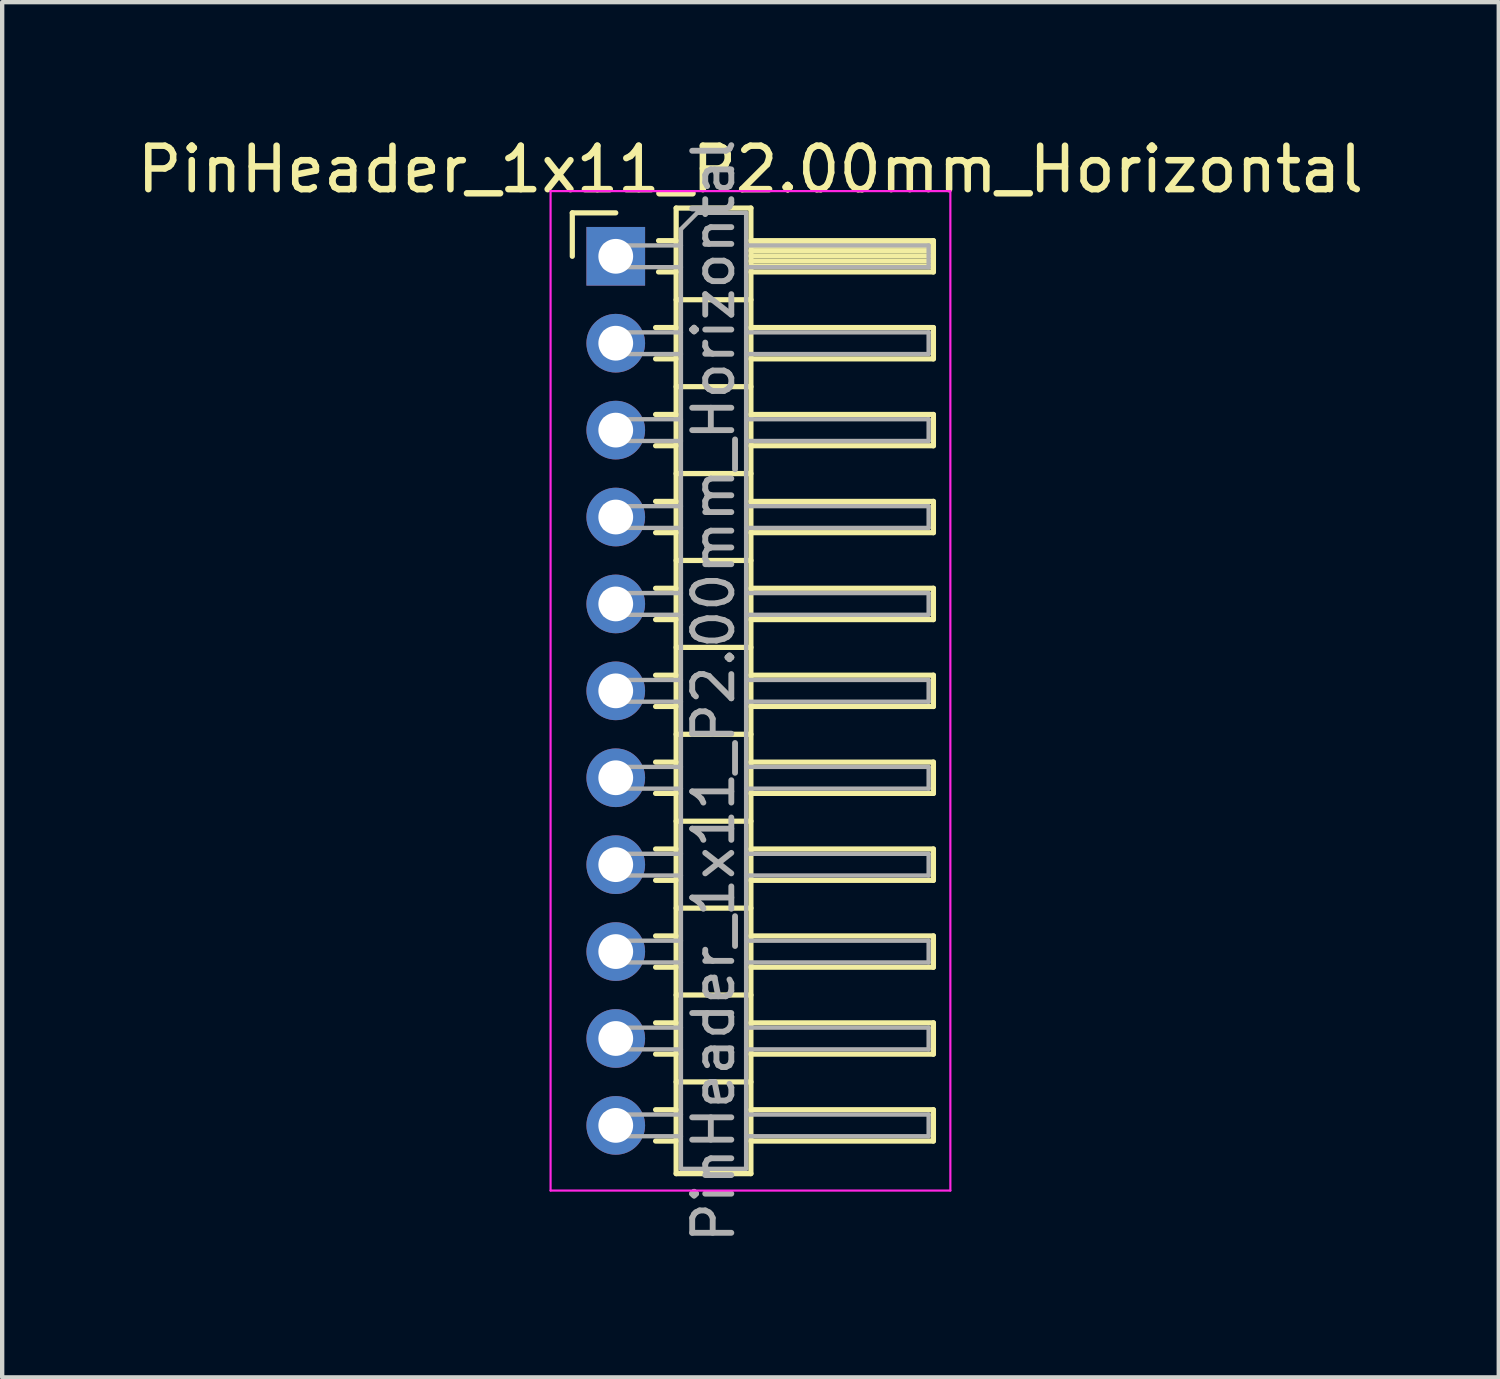
<source format=kicad_pcb>
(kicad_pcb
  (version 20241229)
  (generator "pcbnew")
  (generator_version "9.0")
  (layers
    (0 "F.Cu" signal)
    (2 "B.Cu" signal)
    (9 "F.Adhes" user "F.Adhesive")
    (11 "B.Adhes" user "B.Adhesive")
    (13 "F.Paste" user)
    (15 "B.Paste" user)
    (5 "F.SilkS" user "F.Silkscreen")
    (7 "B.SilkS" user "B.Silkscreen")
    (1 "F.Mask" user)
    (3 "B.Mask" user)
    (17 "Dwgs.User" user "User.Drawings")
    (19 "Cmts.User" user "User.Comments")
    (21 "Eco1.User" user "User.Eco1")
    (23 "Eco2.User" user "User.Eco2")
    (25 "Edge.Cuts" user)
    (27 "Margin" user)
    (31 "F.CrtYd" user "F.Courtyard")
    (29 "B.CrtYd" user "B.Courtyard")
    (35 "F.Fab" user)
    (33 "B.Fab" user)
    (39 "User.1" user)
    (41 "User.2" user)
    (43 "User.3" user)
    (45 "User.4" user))
  (footprint "PinHeader_1x11_P2.00mm_Horizontal"
    (layer "F.Cu")
    (at 11.12 2.848)
    (property "Reference" "PinHeader_1x11_P2.00mm_Horizontal" (at 3.1 -2 0) (layer "F.SilkS") (effects (font (size 1 1) (thickness 0.15))))
    (attr through_hole)
    (fp_line (start -1 -1) (end 0 -1) (stroke (width 0.12) (type solid)) (layer "F.SilkS"))
    (fp_line (start -1 0) (end -1 -1) (stroke (width 0.12) (type solid)) (layer "F.SilkS"))
    (fp_line (start 0.917 1.64) (end 1.39 1.64) (stroke (width 0.12) (type solid)) (layer "F.SilkS"))
    (fp_line (start 0.917 2.36) (end 1.39 2.36) (stroke (width 0.12) (type solid)) (layer "F.SilkS"))
    (fp_line (start 0.917 3.64) (end 1.39 3.64) (stroke (width 0.12) (type solid)) (layer "F.SilkS"))
    (fp_line (start 0.917 4.36) (end 1.39 4.36) (stroke (width 0.12) (type solid)) (layer "F.SilkS"))
    (fp_line (start 0.917 5.64) (end 1.39 5.64) (stroke (width 0.12) (type solid)) (layer "F.SilkS"))
    (fp_line (start 0.917 6.36) (end 1.39 6.36) (stroke (width 0.12) (type solid)) (layer "F.SilkS"))
    (fp_line (start 0.917 7.64) (end 1.39 7.64) (stroke (width 0.12) (type solid)) (layer "F.SilkS"))
    (fp_line (start 0.917 8.36) (end 1.39 8.36) (stroke (width 0.12) (type solid)) (layer "F.SilkS"))
    (fp_line (start 0.917 9.64) (end 1.39 9.64) (stroke (width 0.12) (type solid)) (layer "F.SilkS"))
    (fp_line (start 0.917 10.36) (end 1.39 10.36) (stroke (width 0.12) (type solid)) (layer "F.SilkS"))
    (fp_line (start 0.917 11.64) (end 1.39 11.64) (stroke (width 0.12) (type solid)) (layer "F.SilkS"))
    (fp_line (start 0.917 12.36) (end 1.39 12.36) (stroke (width 0.12) (type solid)) (layer "F.SilkS"))
    (fp_line (start 0.917 13.64) (end 1.39 13.64) (stroke (width 0.12) (type solid)) (layer "F.SilkS"))
    (fp_line (start 0.917 14.36) (end 1.39 14.36) (stroke (width 0.12) (type solid)) (layer "F.SilkS"))
    (fp_line (start 0.917 15.64) (end 1.39 15.64) (stroke (width 0.12) (type solid)) (layer "F.SilkS"))
    (fp_line (start 0.917 16.36) (end 1.39 16.36) (stroke (width 0.12) (type solid)) (layer "F.SilkS"))
    (fp_line (start 0.917 17.64) (end 1.39 17.64) (stroke (width 0.12) (type solid)) (layer "F.SilkS"))
    (fp_line (start 0.917 18.36) (end 1.39 18.36) (stroke (width 0.12) (type solid)) (layer "F.SilkS"))
    (fp_line (start 0.917 19.64) (end 1.39 19.64) (stroke (width 0.12) (type solid)) (layer "F.SilkS"))
    (fp_line (start 0.917 20.36) (end 1.39 20.36) (stroke (width 0.12) (type solid)) (layer "F.SilkS"))
    (fp_line (start 0.985 -0.36) (end 1.39 -0.36) (stroke (width 0.12) (type solid)) (layer "F.SilkS"))
    (fp_line (start 0.985 0.36) (end 1.39 0.36) (stroke (width 0.12) (type solid)) (layer "F.SilkS"))
    (fp_line (start 1.39 -1.11) (end 1.39 21.11) (stroke (width 0.12) (type solid)) (layer "F.SilkS"))
    (fp_line (start 1.39 1) (end 3.11 1) (stroke (width 0.12) (type solid)) (layer "F.SilkS"))
    (fp_line (start 1.39 3) (end 3.11 3) (stroke (width 0.12) (type solid)) (layer "F.SilkS"))
    (fp_line (start 1.39 5) (end 3.11 5) (stroke (width 0.12) (type solid)) (layer "F.SilkS"))
    (fp_line (start 1.39 7) (end 3.11 7) (stroke (width 0.12) (type solid)) (layer "F.SilkS"))
    (fp_line (start 1.39 9) (end 3.11 9) (stroke (width 0.12) (type solid)) (layer "F.SilkS"))
    (fp_line (start 1.39 11) (end 3.11 11) (stroke (width 0.12) (type solid)) (layer "F.SilkS"))
    (fp_line (start 1.39 13) (end 3.11 13) (stroke (width 0.12) (type solid)) (layer "F.SilkS"))
    (fp_line (start 1.39 15) (end 3.11 15) (stroke (width 0.12) (type solid)) (layer "F.SilkS"))
    (fp_line (start 1.39 17) (end 3.11 17) (stroke (width 0.12) (type solid)) (layer "F.SilkS"))
    (fp_line (start 1.39 19) (end 3.11 19) (stroke (width 0.12) (type solid)) (layer "F.SilkS"))
    (fp_line (start 1.39 21.11) (end 3.11 21.11) (stroke (width 0.12) (type solid)) (layer "F.SilkS"))
    (fp_line (start 3.11 -1.11) (end 1.39 -1.11) (stroke (width 0.12) (type solid)) (layer "F.SilkS"))
    (fp_line (start 3.11 -0.36) (end 7.31 -0.36) (stroke (width 0.12) (type solid)) (layer "F.SilkS"))
    (fp_line (start 3.11 -0.25) (end 7.31 -0.25) (stroke (width 0.12) (type solid)) (layer "F.SilkS"))
    (fp_line (start 3.11 -0.13) (end 7.31 -0.13) (stroke (width 0.12) (type solid)) (layer "F.SilkS"))
    (fp_line (start 3.11 -0.01) (end 7.31 -0.01) (stroke (width 0.12) (type solid)) (layer "F.SilkS"))
    (fp_line (start 3.11 0.11) (end 7.31 0.11) (stroke (width 0.12) (type solid)) (layer "F.SilkS"))
    (fp_line (start 3.11 0.23) (end 7.31 0.23) (stroke (width 0.12) (type solid)) (layer "F.SilkS"))
    (fp_line (start 3.11 1.64) (end 7.31 1.64) (stroke (width 0.12) (type solid)) (layer "F.SilkS"))
    (fp_line (start 3.11 3.64) (end 7.31 3.64) (stroke (width 0.12) (type solid)) (layer "F.SilkS"))
    (fp_line (start 3.11 5.64) (end 7.31 5.64) (stroke (width 0.12) (type solid)) (layer "F.SilkS"))
    (fp_line (start 3.11 7.64) (end 7.31 7.64) (stroke (width 0.12) (type solid)) (layer "F.SilkS"))
    (fp_line (start 3.11 9.64) (end 7.31 9.64) (stroke (width 0.12) (type solid)) (layer "F.SilkS"))
    (fp_line (start 3.11 11.64) (end 7.31 11.64) (stroke (width 0.12) (type solid)) (layer "F.SilkS"))
    (fp_line (start 3.11 13.64) (end 7.31 13.64) (stroke (width 0.12) (type solid)) (layer "F.SilkS"))
    (fp_line (start 3.11 15.64) (end 7.31 15.64) (stroke (width 0.12) (type solid)) (layer "F.SilkS"))
    (fp_line (start 3.11 17.64) (end 7.31 17.64) (stroke (width 0.12) (type solid)) (layer "F.SilkS"))
    (fp_line (start 3.11 19.64) (end 7.31 19.64) (stroke (width 0.12) (type solid)) (layer "F.SilkS"))
    (fp_line (start 3.11 21.11) (end 3.11 -1.11) (stroke (width 0.12) (type solid)) (layer "F.SilkS"))
    (fp_line (start 7.31 -0.36) (end 7.31 0.36) (stroke (width 0.12) (type solid)) (layer "F.SilkS"))
    (fp_line (start 7.31 0.36) (end 3.11 0.36) (stroke (width 0.12) (type solid)) (layer "F.SilkS"))
    (fp_line (start 7.31 1.64) (end 7.31 2.36) (stroke (width 0.12) (type solid)) (layer "F.SilkS"))
    (fp_line (start 7.31 2.36) (end 3.11 2.36) (stroke (width 0.12) (type solid)) (layer "F.SilkS"))
    (fp_line (start 7.31 3.64) (end 7.31 4.36) (stroke (width 0.12) (type solid)) (layer "F.SilkS"))
    (fp_line (start 7.31 4.36) (end 3.11 4.36) (stroke (width 0.12) (type solid)) (layer "F.SilkS"))
    (fp_line (start 7.31 5.64) (end 7.31 6.36) (stroke (width 0.12) (type solid)) (layer "F.SilkS"))
    (fp_line (start 7.31 6.36) (end 3.11 6.36) (stroke (width 0.12) (type solid)) (layer "F.SilkS"))
    (fp_line (start 7.31 7.64) (end 7.31 8.36) (stroke (width 0.12) (type solid)) (layer "F.SilkS"))
    (fp_line (start 7.31 8.36) (end 3.11 8.36) (stroke (width 0.12) (type solid)) (layer "F.SilkS"))
    (fp_line (start 7.31 9.64) (end 7.31 10.36) (stroke (width 0.12) (type solid)) (layer "F.SilkS"))
    (fp_line (start 7.31 10.36) (end 3.11 10.36) (stroke (width 0.12) (type solid)) (layer "F.SilkS"))
    (fp_line (start 7.31 11.64) (end 7.31 12.36) (stroke (width 0.12) (type solid)) (layer "F.SilkS"))
    (fp_line (start 7.31 12.36) (end 3.11 12.36) (stroke (width 0.12) (type solid)) (layer "F.SilkS"))
    (fp_line (start 7.31 13.64) (end 7.31 14.36) (stroke (width 0.12) (type solid)) (layer "F.SilkS"))
    (fp_line (start 7.31 14.36) (end 3.11 14.36) (stroke (width 0.12) (type solid)) (layer "F.SilkS"))
    (fp_line (start 7.31 15.64) (end 7.31 16.36) (stroke (width 0.12) (type solid)) (layer "F.SilkS"))
    (fp_line (start 7.31 16.36) (end 3.11 16.36) (stroke (width 0.12) (type solid)) (layer "F.SilkS"))
    (fp_line (start 7.31 17.64) (end 7.31 18.36) (stroke (width 0.12) (type solid)) (layer "F.SilkS"))
    (fp_line (start 7.31 18.36) (end 3.11 18.36) (stroke (width 0.12) (type solid)) (layer "F.SilkS"))
    (fp_line (start 7.31 19.64) (end 7.31 20.36) (stroke (width 0.12) (type solid)) (layer "F.SilkS"))
    (fp_line (start 7.31 20.36) (end 3.11 20.36) (stroke (width 0.12) (type solid)) (layer "F.SilkS"))
    (fp_line (start -1.5 -1.5) (end -1.5 21.5) (stroke (width 0.05) (type solid)) (layer "F.CrtYd"))
    (fp_line (start -1.5 21.5) (end 7.7 21.5) (stroke (width 0.05) (type solid)) (layer "F.CrtYd"))
    (fp_line (start 7.7 -1.5) (end -1.5 -1.5) (stroke (width 0.05) (type solid)) (layer "F.CrtYd"))
    (fp_line (start 7.7 21.5) (end 7.7 -1.5) (stroke (width 0.05) (type solid)) (layer "F.CrtYd"))
    (fp_line (start -0.25 -0.25) (end -0.25 0.25) (stroke (width 0.1) (type solid)) (layer "F.Fab"))
    (fp_line (start -0.25 -0.25) (end 1.5 -0.25) (stroke (width 0.1) (type solid)) (layer "F.Fab"))
    (fp_line (start -0.25 0.25) (end 1.5 0.25) (stroke (width 0.1) (type solid)) (layer "F.Fab"))
    (fp_line (start -0.25 1.75) (end -0.25 2.25) (stroke (width 0.1) (type solid)) (layer "F.Fab"))
    (fp_line (start -0.25 1.75) (end 1.5 1.75) (stroke (width 0.1) (type solid)) (layer "F.Fab"))
    (fp_line (start -0.25 2.25) (end 1.5 2.25) (stroke (width 0.1) (type solid)) (layer "F.Fab"))
    (fp_line (start -0.25 3.75) (end -0.25 4.25) (stroke (width 0.1) (type solid)) (layer "F.Fab"))
    (fp_line (start -0.25 3.75) (end 1.5 3.75) (stroke (width 0.1) (type solid)) (layer "F.Fab"))
    (fp_line (start -0.25 4.25) (end 1.5 4.25) (stroke (width 0.1) (type solid)) (layer "F.Fab"))
    (fp_line (start -0.25 5.75) (end -0.25 6.25) (stroke (width 0.1) (type solid)) (layer "F.Fab"))
    (fp_line (start -0.25 5.75) (end 1.5 5.75) (stroke (width 0.1) (type solid)) (layer "F.Fab"))
    (fp_line (start -0.25 6.25) (end 1.5 6.25) (stroke (width 0.1) (type solid)) (layer "F.Fab"))
    (fp_line (start -0.25 7.75) (end -0.25 8.25) (stroke (width 0.1) (type solid)) (layer "F.Fab"))
    (fp_line (start -0.25 7.75) (end 1.5 7.75) (stroke (width 0.1) (type solid)) (layer "F.Fab"))
    (fp_line (start -0.25 8.25) (end 1.5 8.25) (stroke (width 0.1) (type solid)) (layer "F.Fab"))
    (fp_line (start -0.25 9.75) (end -0.25 10.25) (stroke (width 0.1) (type solid)) (layer "F.Fab"))
    (fp_line (start -0.25 9.75) (end 1.5 9.75) (stroke (width 0.1) (type solid)) (layer "F.Fab"))
    (fp_line (start -0.25 10.25) (end 1.5 10.25) (stroke (width 0.1) (type solid)) (layer "F.Fab"))
    (fp_line (start -0.25 11.75) (end -0.25 12.25) (stroke (width 0.1) (type solid)) (layer "F.Fab"))
    (fp_line (start -0.25 11.75) (end 1.5 11.75) (stroke (width 0.1) (type solid)) (layer "F.Fab"))
    (fp_line (start -0.25 12.25) (end 1.5 12.25) (stroke (width 0.1) (type solid)) (layer "F.Fab"))
    (fp_line (start -0.25 13.75) (end -0.25 14.25) (stroke (width 0.1) (type solid)) (layer "F.Fab"))
    (fp_line (start -0.25 13.75) (end 1.5 13.75) (stroke (width 0.1) (type solid)) (layer "F.Fab"))
    (fp_line (start -0.25 14.25) (end 1.5 14.25) (stroke (width 0.1) (type solid)) (layer "F.Fab"))
    (fp_line (start -0.25 15.75) (end -0.25 16.25) (stroke (width 0.1) (type solid)) (layer "F.Fab"))
    (fp_line (start -0.25 15.75) (end 1.5 15.75) (stroke (width 0.1) (type solid)) (layer "F.Fab"))
    (fp_line (start -0.25 16.25) (end 1.5 16.25) (stroke (width 0.1) (type solid)) (layer "F.Fab"))
    (fp_line (start -0.25 17.75) (end -0.25 18.25) (stroke (width 0.1) (type solid)) (layer "F.Fab"))
    (fp_line (start -0.25 17.75) (end 1.5 17.75) (stroke (width 0.1) (type solid)) (layer "F.Fab"))
    (fp_line (start -0.25 18.25) (end 1.5 18.25) (stroke (width 0.1) (type solid)) (layer "F.Fab"))
    (fp_line (start -0.25 19.75) (end -0.25 20.25) (stroke (width 0.1) (type solid)) (layer "F.Fab"))
    (fp_line (start -0.25 19.75) (end 1.5 19.75) (stroke (width 0.1) (type solid)) (layer "F.Fab"))
    (fp_line (start -0.25 20.25) (end 1.5 20.25) (stroke (width 0.1) (type solid)) (layer "F.Fab"))
    (fp_line (start 1.5 -0.625) (end 1.875 -1) (stroke (width 0.1) (type solid)) (layer "F.Fab"))
    (fp_line (start 1.5 21) (end 1.5 -0.625) (stroke (width 0.1) (type solid)) (layer "F.Fab"))
    (fp_line (start 1.875 -1) (end 3 -1) (stroke (width 0.1) (type solid)) (layer "F.Fab"))
    (fp_line (start 3 -1) (end 3 21) (stroke (width 0.1) (type solid)) (layer "F.Fab"))
    (fp_line (start 3 -0.25) (end 7.2 -0.25) (stroke (width 0.1) (type solid)) (layer "F.Fab"))
    (fp_line (start 3 0.25) (end 7.2 0.25) (stroke (width 0.1) (type solid)) (layer "F.Fab"))
    (fp_line (start 3 1.75) (end 7.2 1.75) (stroke (width 0.1) (type solid)) (layer "F.Fab"))
    (fp_line (start 3 2.25) (end 7.2 2.25) (stroke (width 0.1) (type solid)) (layer "F.Fab"))
    (fp_line (start 3 3.75) (end 7.2 3.75) (stroke (width 0.1) (type solid)) (layer "F.Fab"))
    (fp_line (start 3 4.25) (end 7.2 4.25) (stroke (width 0.1) (type solid)) (layer "F.Fab"))
    (fp_line (start 3 5.75) (end 7.2 5.75) (stroke (width 0.1) (type solid)) (layer "F.Fab"))
    (fp_line (start 3 6.25) (end 7.2 6.25) (stroke (width 0.1) (type solid)) (layer "F.Fab"))
    (fp_line (start 3 7.75) (end 7.2 7.75) (stroke (width 0.1) (type solid)) (layer "F.Fab"))
    (fp_line (start 3 8.25) (end 7.2 8.25) (stroke (width 0.1) (type solid)) (layer "F.Fab"))
    (fp_line (start 3 9.75) (end 7.2 9.75) (stroke (width 0.1) (type solid)) (layer "F.Fab"))
    (fp_line (start 3 10.25) (end 7.2 10.25) (stroke (width 0.1) (type solid)) (layer "F.Fab"))
    (fp_line (start 3 11.75) (end 7.2 11.75) (stroke (width 0.1) (type solid)) (layer "F.Fab"))
    (fp_line (start 3 12.25) (end 7.2 12.25) (stroke (width 0.1) (type solid)) (layer "F.Fab"))
    (fp_line (start 3 13.75) (end 7.2 13.75) (stroke (width 0.1) (type solid)) (layer "F.Fab"))
    (fp_line (start 3 14.25) (end 7.2 14.25) (stroke (width 0.1) (type solid)) (layer "F.Fab"))
    (fp_line (start 3 15.75) (end 7.2 15.75) (stroke (width 0.1) (type solid)) (layer "F.Fab"))
    (fp_line (start 3 16.25) (end 7.2 16.25) (stroke (width 0.1) (type solid)) (layer "F.Fab"))
    (fp_line (start 3 17.75) (end 7.2 17.75) (stroke (width 0.1) (type solid)) (layer "F.Fab"))
    (fp_line (start 3 18.25) (end 7.2 18.25) (stroke (width 0.1) (type solid)) (layer "F.Fab"))
    (fp_line (start 3 19.75) (end 7.2 19.75) (stroke (width 0.1) (type solid)) (layer "F.Fab"))
    (fp_line (start 3 20.25) (end 7.2 20.25) (stroke (width 0.1) (type solid)) (layer "F.Fab"))
    (fp_line (start 3 21) (end 1.5 21) (stroke (width 0.1) (type solid)) (layer "F.Fab"))
    (fp_line (start 7.2 -0.25) (end 7.2 0.25) (stroke (width 0.1) (type solid)) (layer "F.Fab"))
    (fp_line (start 7.2 1.75) (end 7.2 2.25) (stroke (width 0.1) (type solid)) (layer "F.Fab"))
    (fp_line (start 7.2 3.75) (end 7.2 4.25) (stroke (width 0.1) (type solid)) (layer "F.Fab"))
    (fp_line (start 7.2 5.75) (end 7.2 6.25) (stroke (width 0.1) (type solid)) (layer "F.Fab"))
    (fp_line (start 7.2 7.75) (end 7.2 8.25) (stroke (width 0.1) (type solid)) (layer "F.Fab"))
    (fp_line (start 7.2 9.75) (end 7.2 10.25) (stroke (width 0.1) (type solid)) (layer "F.Fab"))
    (fp_line (start 7.2 11.75) (end 7.2 12.25) (stroke (width 0.1) (type solid)) (layer "F.Fab"))
    (fp_line (start 7.2 13.75) (end 7.2 14.25) (stroke (width 0.1) (type solid)) (layer "F.Fab"))
    (fp_line (start 7.2 15.75) (end 7.2 16.25) (stroke (width 0.1) (type solid)) (layer "F.Fab"))
    (fp_line (start 7.2 17.75) (end 7.2 18.25) (stroke (width 0.1) (type solid)) (layer "F.Fab"))
    (fp_line (start 7.2 19.75) (end 7.2 20.25) (stroke (width 0.1) (type solid)) (layer "F.Fab"))
    (fp_text user "${REFERENCE}" (at 2.25 10 90) (layer "F.Fab") (effects (font (size 0.9 0.9) (thickness 0.135))))
    (pad "1" thru_hole rect (at 0 0) (size 1.35 1.35) (drill 0.8) (layers "*.Cu" "*.Mask"))
    (pad "2" thru_hole circle (at 0 2) (size 1.35 1.35) (drill 0.8) (layers "*.Cu" "*.Mask"))
    (pad "3" thru_hole circle (at 0 4) (size 1.35 1.35) (drill 0.8) (layers "*.Cu" "*.Mask"))
    (pad "4" thru_hole circle (at 0 6) (size 1.35 1.35) (drill 0.8) (layers "*.Cu" "*.Mask"))
    (pad "5" thru_hole circle (at 0 8) (size 1.35 1.35) (drill 0.8) (layers "*.Cu" "*.Mask"))
    (pad "6" thru_hole circle (at 0 10) (size 1.35 1.35) (drill 0.8) (layers "*.Cu" "*.Mask"))
    (pad "7" thru_hole circle (at 0 12) (size 1.35 1.35) (drill 0.8) (layers "*.Cu" "*.Mask"))
    (pad "8" thru_hole circle (at 0 14) (size 1.35 1.35) (drill 0.8) (layers "*.Cu" "*.Mask"))
    (pad "9" thru_hole circle (at 0 16) (size 1.35 1.35) (drill 0.8) (layers "*.Cu" "*.Mask"))
    (pad "10" thru_hole circle (at 0 18) (size 1.35 1.35) (drill 0.8) (layers "*.Cu" "*.Mask"))
    (pad "11" thru_hole circle (at 0 20) (size 1.35 1.35) (drill 0.8) (layers "*.Cu" "*.Mask")))
  (gr_rect
    (start -3 -3)
    (end 31.44 28.646)
    (stroke (width 0.1) (type default))
    (fill no)
    (layer "Edge.Cuts")))
</source>
